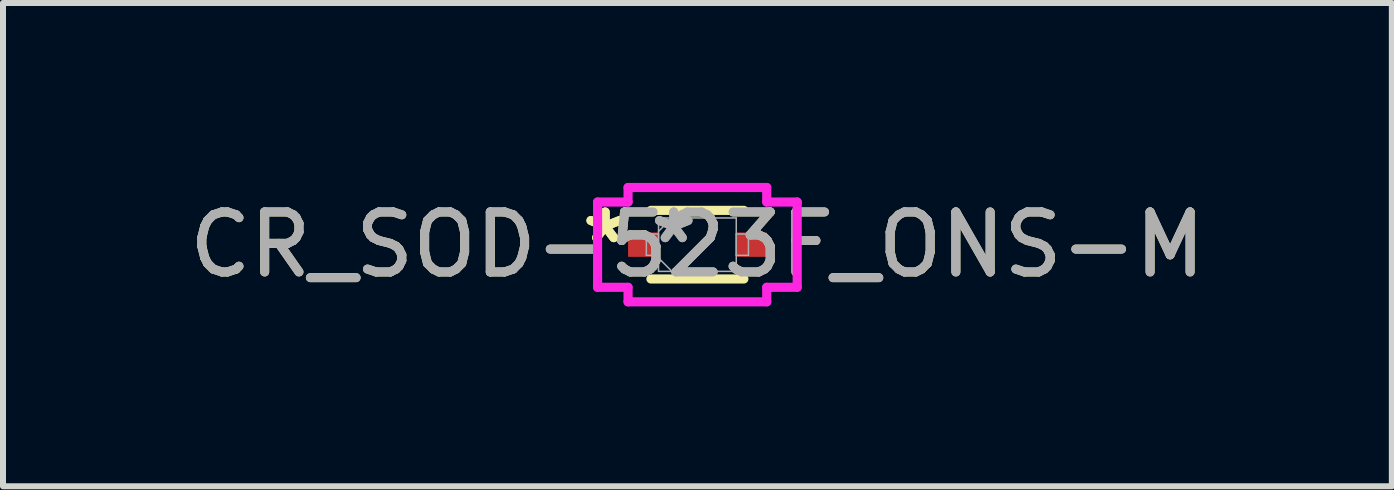
<source format=kicad_pcb>
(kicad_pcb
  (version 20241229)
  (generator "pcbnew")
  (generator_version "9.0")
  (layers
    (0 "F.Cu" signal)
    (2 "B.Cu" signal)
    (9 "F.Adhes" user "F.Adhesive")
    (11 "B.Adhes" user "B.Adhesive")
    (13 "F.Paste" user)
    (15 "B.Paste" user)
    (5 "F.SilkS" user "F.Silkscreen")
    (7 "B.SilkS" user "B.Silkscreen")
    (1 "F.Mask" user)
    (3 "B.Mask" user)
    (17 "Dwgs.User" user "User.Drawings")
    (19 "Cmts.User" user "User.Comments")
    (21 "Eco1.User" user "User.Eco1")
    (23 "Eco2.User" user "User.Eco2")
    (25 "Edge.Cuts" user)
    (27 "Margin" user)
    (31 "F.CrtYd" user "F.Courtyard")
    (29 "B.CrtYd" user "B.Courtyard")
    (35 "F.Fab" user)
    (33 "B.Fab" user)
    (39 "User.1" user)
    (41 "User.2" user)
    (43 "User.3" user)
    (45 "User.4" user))
  (footprint "CR_SOD-523F_ONS-M"
    (layer "F.Cu")
    (at 8.577 1.029)
    (property "Reference" "CR_SOD-523F_ONS-M" (at 0 0 0) (unlocked yes) (layer "F.SilkS") (effects (font (size 1 1) (thickness 0.15))))
    (attr smd)
    (fp_line (start -0.775 0.572) (end 0.775 0.572) (stroke (width 0.152) (type solid)) (layer "F.SilkS"))
    (fp_line (start 0.775 -0.572) (end -0.775 -0.572) (stroke (width 0.152) (type solid)) (layer "F.SilkS"))
    (fp_line (start -1.664 -0.711) (end -1.156 -0.711) (stroke (width 0.152) (type solid)) (layer "F.CrtYd"))
    (fp_line (start -1.664 0.711) (end -1.664 -0.711) (stroke (width 0.152) (type solid)) (layer "F.CrtYd"))
    (fp_line (start -1.156 -0.953) (end 1.156 -0.953) (stroke (width 0.152) (type solid)) (layer "F.CrtYd"))
    (fp_line (start -1.156 -0.711) (end -1.156 -0.953) (stroke (width 0.152) (type solid)) (layer "F.CrtYd"))
    (fp_line (start -1.156 0.711) (end -1.664 0.711) (stroke (width 0.152) (type solid)) (layer "F.CrtYd"))
    (fp_line (start -1.156 0.953) (end -1.156 0.711) (stroke (width 0.152) (type solid)) (layer "F.CrtYd"))
    (fp_line (start 1.156 -0.953) (end 1.156 -0.711) (stroke (width 0.152) (type solid)) (layer "F.CrtYd"))
    (fp_line (start 1.156 -0.711) (end 1.664 -0.711) (stroke (width 0.152) (type solid)) (layer "F.CrtYd"))
    (fp_line (start 1.156 0.711) (end 1.156 0.953) (stroke (width 0.152) (type solid)) (layer "F.CrtYd"))
    (fp_line (start 1.156 0.953) (end -1.156 0.953) (stroke (width 0.152) (type solid)) (layer "F.CrtYd"))
    (fp_line (start 1.664 -0.711) (end 1.664 0.711) (stroke (width 0.152) (type solid)) (layer "F.CrtYd"))
    (fp_line (start 1.664 0.711) (end 1.156 0.711) (stroke (width 0.152) (type solid)) (layer "F.CrtYd"))
    (fp_line (start -0.851 -0.178) (end -0.851 0.178) (stroke (width 0.025) (type solid)) (layer "F.Fab"))
    (fp_line (start -0.851 0.178) (end -0.648 0.178) (stroke (width 0.025) (type solid)) (layer "F.Fab"))
    (fp_line (start -0.648 -0.445) (end -0.648 0.445) (stroke (width 0.025) (type solid)) (layer "F.Fab"))
    (fp_line (start -0.648 -0.222) (end -0.425 -0.445) (stroke (width 0.025) (type solid)) (layer "F.Fab"))
    (fp_line (start -0.648 -0.178) (end -0.851 -0.178) (stroke (width 0.025) (type solid)) (layer "F.Fab"))
    (fp_line (start -0.648 0.178) (end -0.648 -0.178) (stroke (width 0.025) (type solid)) (layer "F.Fab"))
    (fp_line (start -0.648 0.222) (end -0.425 0.445) (stroke (width 0.025) (type solid)) (layer "F.Fab"))
    (fp_line (start -0.648 0.445) (end 0.648 0.445) (stroke (width 0.025) (type solid)) (layer "F.Fab"))
    (fp_line (start 0.648 -0.445) (end -0.648 -0.445) (stroke (width 0.025) (type solid)) (layer "F.Fab"))
    (fp_line (start 0.648 -0.178) (end 0.648 0.178) (stroke (width 0.025) (type solid)) (layer "F.Fab"))
    (fp_line (start 0.648 0.178) (end 0.851 0.178) (stroke (width 0.025) (type solid)) (layer "F.Fab"))
    (fp_line (start 0.648 0.445) (end 0.648 -0.445) (stroke (width 0.025) (type solid)) (layer "F.Fab"))
    (fp_line (start 0.851 -0.178) (end 0.648 -0.178) (stroke (width 0.025) (type solid)) (layer "F.Fab"))
    (fp_line (start 0.851 0.178) (end 0.851 -0.178) (stroke (width 0.025) (type solid)) (layer "F.Fab"))
    (fp_text user "*" (at -1.537 0 0) (layer "F.SilkS") (effects (font (size 1 1) (thickness 0.15))))
    (fp_text user "*" (at -1.537 0 0) (unlocked yes) (layer "F.SilkS") (effects (font (size 1 1) (thickness 0.15))))
    (fp_text user "*" (at -0.394 0 0) (layer "F.Fab") (effects (font (size 1 1) (thickness 0.15))))
    (fp_text user "*" (at -0.394 0 0) (unlocked yes) (layer "F.Fab") (effects (font (size 1 1) (thickness 0.15))))
    (fp_text user "${REFERENCE}" (at 0 0 0) (unlocked yes) (layer "F.Fab") (effects (font (size 1 1) (thickness 0.15))))
    (pad "1" smd rect (at -0.902 0) (size 0.508 0.406) (layers "F.Cu" "F.Mask" "F.Paste"))
    (pad "2" smd rect (at 0.902 0) (size 0.508 0.406) (layers "F.Cu" "F.Mask" "F.Paste"))
    (zone (net_name "") (layer "F.Cu") (hatch full 0.508) (connect_pads) (min_thickness 0.254) (filled_areas_thickness no) (keepout (tracks not_allowed) (vias not_allowed) (pads allowed) (copperpour not_allowed) (footprints allowed)) (placement (enabled no)) (fill) (polygon (pts (xy 7.98 0.635) (xy 9.174 0.635) (xy 9.174 1.422) (xy 7.98 1.422)))))
  (gr_rect
    (start -3 -3)
    (end 20.155 5.057)
    (stroke (width 0.1) (type default))
    (fill no)
    (layer "Edge.Cuts")))
</source>
